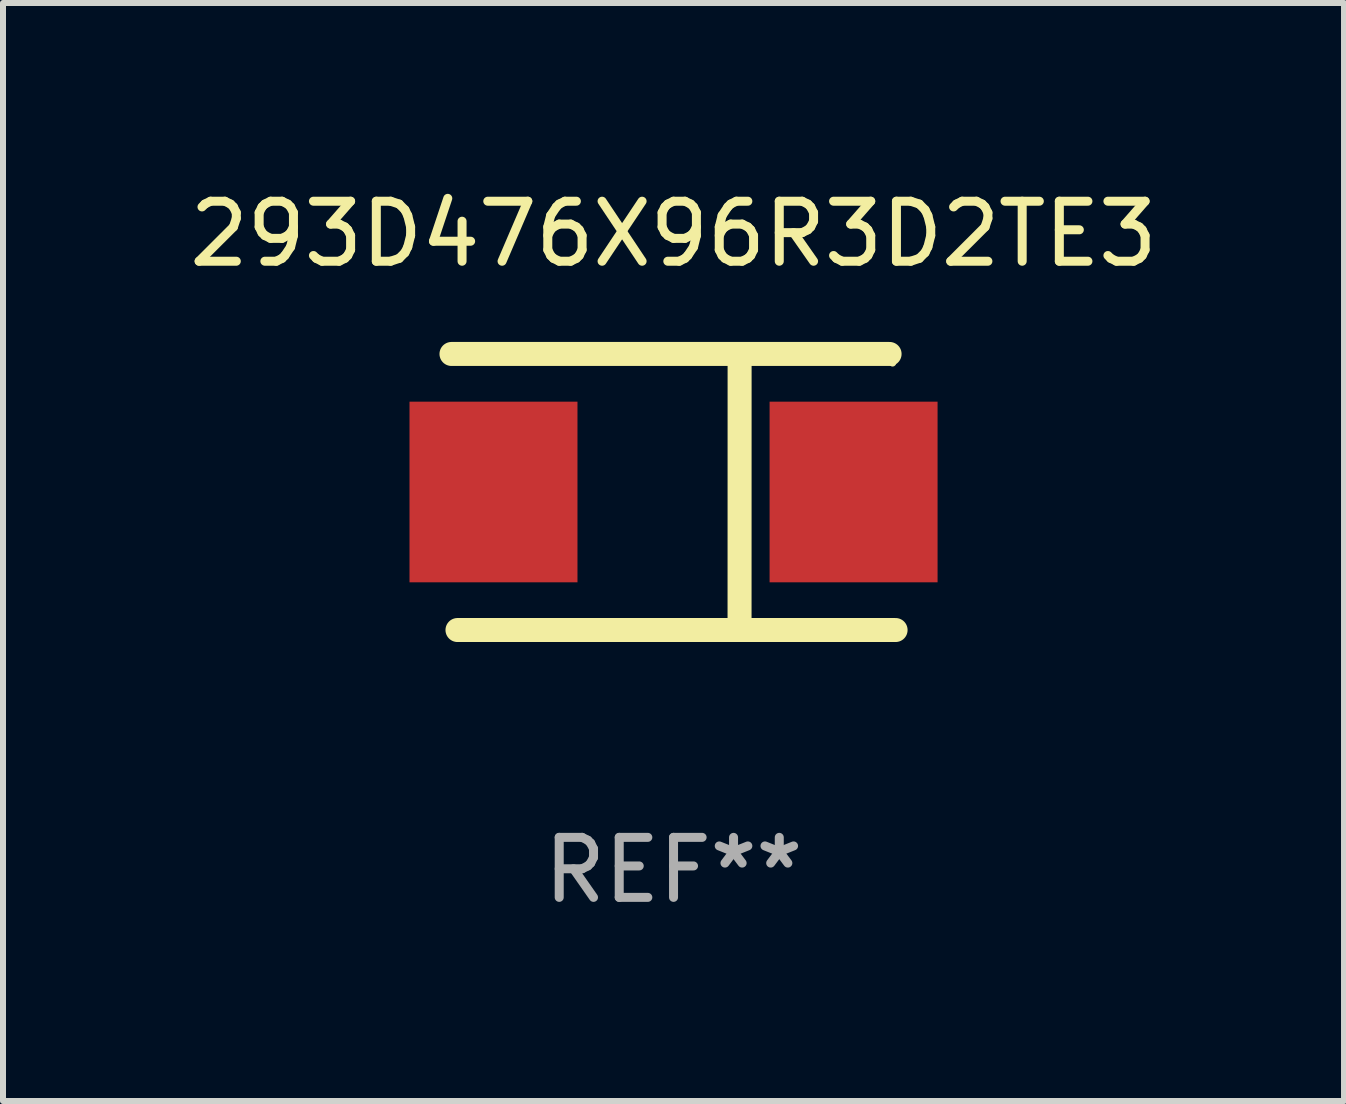
<source format=kicad_pcb>
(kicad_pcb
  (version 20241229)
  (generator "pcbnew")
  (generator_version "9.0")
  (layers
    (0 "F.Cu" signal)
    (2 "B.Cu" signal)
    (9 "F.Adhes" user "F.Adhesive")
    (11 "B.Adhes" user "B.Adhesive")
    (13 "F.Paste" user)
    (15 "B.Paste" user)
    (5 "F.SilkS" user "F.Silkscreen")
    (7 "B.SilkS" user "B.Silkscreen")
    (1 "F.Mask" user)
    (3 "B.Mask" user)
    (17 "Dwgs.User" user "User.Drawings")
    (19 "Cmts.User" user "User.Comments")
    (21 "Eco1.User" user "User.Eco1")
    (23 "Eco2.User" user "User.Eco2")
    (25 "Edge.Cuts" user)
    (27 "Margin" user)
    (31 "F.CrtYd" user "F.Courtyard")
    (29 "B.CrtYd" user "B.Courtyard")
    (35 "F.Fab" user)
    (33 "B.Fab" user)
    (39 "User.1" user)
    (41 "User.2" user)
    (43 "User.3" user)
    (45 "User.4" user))
  (footprint "293D476X96R3D2TE3"
    (layer "F.Cu")
    (at 8.173 5.148)
    (property "Reference" "293D476X96R3D2TE3" (at 0 -4.3 0) (layer "F.SilkS") (effects (font (size 1 1) (thickness 0.15))))
    (attr through_hole)
    (fp_line (start -3.7 -2.3) (end 3.6 -2.3) (stroke (width 0.4) (type solid)) (layer "F.SilkS"))
    (fp_line (start 1.1 2.3) (end 1.101 -2.3) (stroke (width 0.4) (type solid)) (layer "F.SilkS"))
    (fp_line (start 3.7 2.3) (end -3.6 2.3) (stroke (width 0.4) (type solid)) (layer "F.SilkS"))
    (fp_circle (center 3.65 -2.15) (end 3.68 -2.15) (stroke (width 0.06) (type solid)) (fill no) (layer "F.SilkS"))
    (fp_text user "REF**" (at 0 6.3 0) (layer "F.Fab") (effects (font (size 1 1) (thickness 0.15))))
    (pad "1" smd rect (at 3 0 180) (size 2.799 3.01) (layers "F.Cu" "F.Mask" "F.Paste"))
    (pad "2" smd rect (at -3 0 180) (size 2.799 3.01) (layers "F.Cu" "F.Mask" "F.Paste")))
  (gr_rect
    (start -3 -3)
    (end 19.345 15.296)
    (stroke (width 0.1) (type default))
    (fill no)
    (layer "Edge.Cuts")))
</source>
